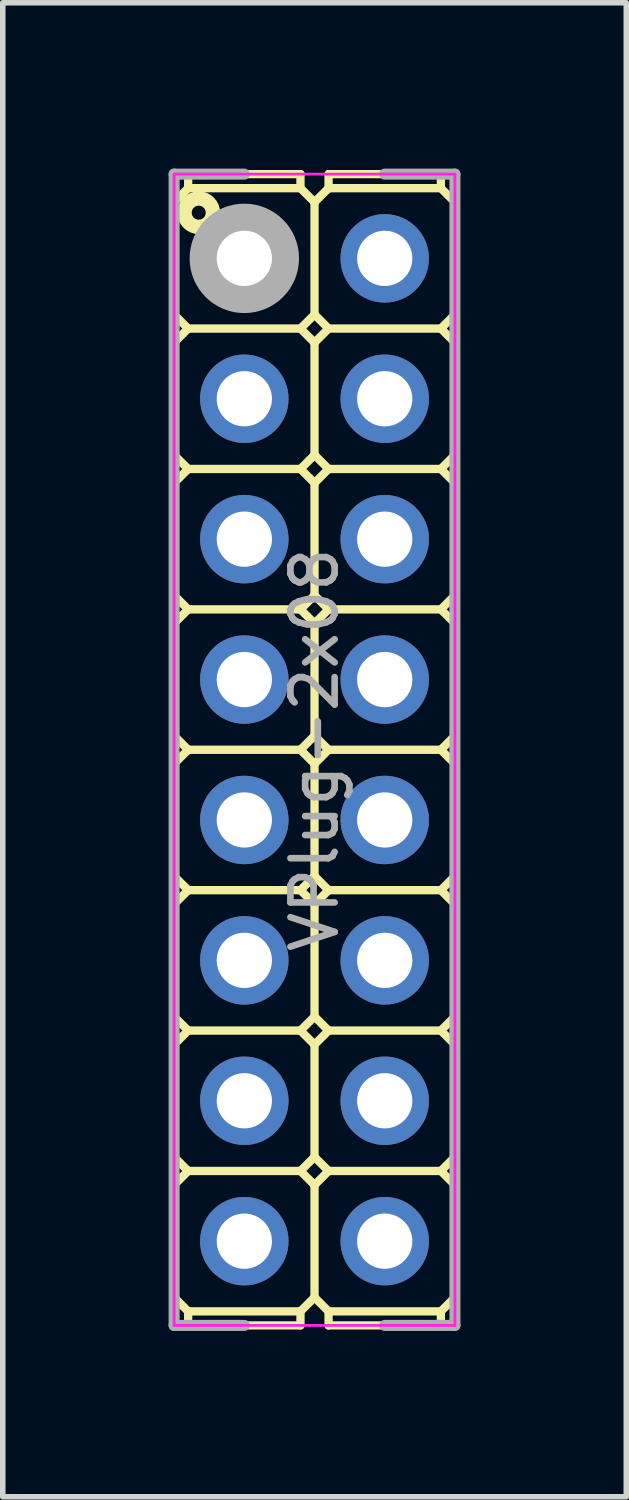
<source format=kicad_pcb>
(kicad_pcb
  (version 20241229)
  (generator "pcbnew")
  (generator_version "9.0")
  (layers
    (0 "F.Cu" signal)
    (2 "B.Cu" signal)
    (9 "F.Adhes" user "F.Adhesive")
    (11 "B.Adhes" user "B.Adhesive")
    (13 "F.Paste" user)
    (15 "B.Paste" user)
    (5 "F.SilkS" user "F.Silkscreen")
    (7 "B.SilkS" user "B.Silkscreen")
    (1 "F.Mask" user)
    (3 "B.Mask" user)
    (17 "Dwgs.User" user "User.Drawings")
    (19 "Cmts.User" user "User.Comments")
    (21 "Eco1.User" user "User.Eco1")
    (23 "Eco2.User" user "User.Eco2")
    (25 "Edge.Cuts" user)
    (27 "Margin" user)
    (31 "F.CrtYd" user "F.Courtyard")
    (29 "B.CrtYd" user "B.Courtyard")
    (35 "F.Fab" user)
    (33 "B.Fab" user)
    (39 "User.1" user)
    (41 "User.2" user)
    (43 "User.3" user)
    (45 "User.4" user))
  (footprint "VPlug-2x08"
    (layer "F.Cu")
    (at 2.64 10.514)
    (property "Reference" "VPlug-2x08" (at 0 0 270) (layer "F.Fab") (effects (font (size 0.8 0.8) (thickness 0.12))))
    (attr through_hole)
    (fp_line (start -2.54 -9.906) (end -2.54 -7.874) (stroke (width 0.15) (type solid)) (layer "F.SilkS"))
    (fp_line (start -2.54 -9.906) (end -2.286 -10.16) (stroke (width 0.15) (type solid)) (layer "F.SilkS"))
    (fp_line (start -2.54 -7.874) (end -2.286 -7.62) (stroke (width 0.15) (type solid)) (layer "F.SilkS"))
    (fp_line (start -2.54 -7.366) (end -2.54 -5.334) (stroke (width 0.15) (type solid)) (layer "F.SilkS"))
    (fp_line (start -2.54 -5.334) (end -2.286 -5.08) (stroke (width 0.15) (type solid)) (layer "F.SilkS"))
    (fp_line (start -2.54 -4.826) (end -2.54 -2.794) (stroke (width 0.15) (type solid)) (layer "F.SilkS"))
    (fp_line (start -2.54 -2.794) (end -2.286 -2.54) (stroke (width 0.15) (type solid)) (layer "F.SilkS"))
    (fp_line (start -2.54 -2.286) (end -2.54 -0.254) (stroke (width 0.15) (type solid)) (layer "F.SilkS"))
    (fp_line (start -2.54 -0.254) (end -2.286 0) (stroke (width 0.15) (type solid)) (layer "F.SilkS"))
    (fp_line (start -2.54 0.254) (end -2.54 2.286) (stroke (width 0.15) (type solid)) (layer "F.SilkS"))
    (fp_line (start -2.54 2.286) (end -2.286 2.54) (stroke (width 0.15) (type solid)) (layer "F.SilkS"))
    (fp_line (start -2.54 2.794) (end -2.54 4.826) (stroke (width 0.15) (type solid)) (layer "F.SilkS"))
    (fp_line (start -2.54 4.826) (end -2.286 5.08) (stroke (width 0.15) (type solid)) (layer "F.SilkS"))
    (fp_line (start -2.54 5.334) (end -2.54 7.366) (stroke (width 0.15) (type solid)) (layer "F.SilkS"))
    (fp_line (start -2.54 7.366) (end -2.286 7.62) (stroke (width 0.15) (type solid)) (layer "F.SilkS"))
    (fp_line (start -2.54 7.874) (end -2.54 9.906) (stroke (width 0.15) (type solid)) (layer "F.SilkS"))
    (fp_line (start -2.54 9.906) (end -2.286 10.16) (stroke (width 0.15) (type solid)) (layer "F.SilkS"))
    (fp_line (start -2.286 -10.414) (end -0.254 -10.414) (stroke (width 0.15) (type solid)) (layer "F.SilkS"))
    (fp_line (start -2.286 -10.16) (end -2.286 -10.414) (stroke (width 0.15) (type solid)) (layer "F.SilkS"))
    (fp_line (start -2.286 -10.16) (end -0.254 -10.16) (stroke (width 0.15) (type solid)) (layer "F.SilkS"))
    (fp_line (start -2.286 -7.62) (end -2.54 -7.366) (stroke (width 0.15) (type solid)) (layer "F.SilkS"))
    (fp_line (start -2.286 -5.08) (end -2.54 -4.826) (stroke (width 0.15) (type solid)) (layer "F.SilkS"))
    (fp_line (start -2.286 -5.08) (end -0.254 -5.08) (stroke (width 0.15) (type solid)) (layer "F.SilkS"))
    (fp_line (start -2.286 -2.54) (end -2.54 -2.286) (stroke (width 0.15) (type solid)) (layer "F.SilkS"))
    (fp_line (start -2.286 0) (end -2.54 0.254) (stroke (width 0.15) (type solid)) (layer "F.SilkS"))
    (fp_line (start -2.286 2.54) (end -2.54 2.794) (stroke (width 0.15) (type solid)) (layer "F.SilkS"))
    (fp_line (start -2.286 5.08) (end -2.54 5.334) (stroke (width 0.15) (type solid)) (layer "F.SilkS"))
    (fp_line (start -2.286 7.62) (end -2.54 7.874) (stroke (width 0.15) (type solid)) (layer "F.SilkS"))
    (fp_line (start -2.286 10.16) (end -2.286 10.414) (stroke (width 0.15) (type solid)) (layer "F.SilkS"))
    (fp_line (start -2.286 10.16) (end -0.254 10.16) (stroke (width 0.15) (type solid)) (layer "F.SilkS"))
    (fp_line (start -2.286 10.414) (end -0.254 10.414) (stroke (width 0.15) (type solid)) (layer "F.SilkS"))
    (fp_line (start -0.254 -10.414) (end -0.254 -10.16) (stroke (width 0.15) (type solid)) (layer "F.SilkS"))
    (fp_line (start -0.254 -10.16) (end 0 -9.906) (stroke (width 0.15) (type solid)) (layer "F.SilkS"))
    (fp_line (start -0.254 -7.62) (end -2.286 -7.62) (stroke (width 0.15) (type solid)) (layer "F.SilkS"))
    (fp_line (start -0.254 -5.08) (end 0 -5.334) (stroke (width 0.15) (type solid)) (layer "F.SilkS"))
    (fp_line (start -0.254 -2.54) (end -2.286 -2.54) (stroke (width 0.15) (type solid)) (layer "F.SilkS"))
    (fp_line (start -0.254 -2.54) (end 0 -2.794) (stroke (width 0.15) (type solid)) (layer "F.SilkS"))
    (fp_line (start -0.254 0) (end -2.286 0) (stroke (width 0.15) (type solid)) (layer "F.SilkS"))
    (fp_line (start -0.254 0) (end 0 -0.254) (stroke (width 0.15) (type solid)) (layer "F.SilkS"))
    (fp_line (start -0.254 2.54) (end -2.286 2.54) (stroke (width 0.15) (type solid)) (layer "F.SilkS"))
    (fp_line (start -0.254 2.54) (end 0 2.286) (stroke (width 0.15) (type solid)) (layer "F.SilkS"))
    (fp_line (start -0.254 5.08) (end -2.286 5.08) (stroke (width 0.15) (type solid)) (layer "F.SilkS"))
    (fp_line (start -0.254 5.08) (end 0 4.826) (stroke (width 0.15) (type solid)) (layer "F.SilkS"))
    (fp_line (start -0.254 7.62) (end -2.286 7.62) (stroke (width 0.15) (type solid)) (layer "F.SilkS"))
    (fp_line (start -0.254 7.62) (end 0 7.366) (stroke (width 0.15) (type solid)) (layer "F.SilkS"))
    (fp_line (start -0.254 10.16) (end 0 9.906) (stroke (width 0.15) (type solid)) (layer "F.SilkS"))
    (fp_line (start -0.254 10.414) (end -0.254 10.16) (stroke (width 0.15) (type solid)) (layer "F.SilkS"))
    (fp_line (start 0 -9.906) (end 0 -7.874) (stroke (width 0.15) (type solid)) (layer "F.SilkS"))
    (fp_line (start 0 -9.906) (end 0.254 -10.16) (stroke (width 0.15) (type solid)) (layer "F.SilkS"))
    (fp_line (start 0 -7.874) (end -0.254 -7.62) (stroke (width 0.15) (type solid)) (layer "F.SilkS"))
    (fp_line (start 0 -7.874) (end 0.254 -7.62) (stroke (width 0.15) (type solid)) (layer "F.SilkS"))
    (fp_line (start 0 -7.366) (end -0.254 -7.62) (stroke (width 0.15) (type solid)) (layer "F.SilkS"))
    (fp_line (start 0 -5.334) (end 0 -7.366) (stroke (width 0.15) (type solid)) (layer "F.SilkS"))
    (fp_line (start 0 -5.334) (end 0.254 -5.08) (stroke (width 0.15) (type solid)) (layer "F.SilkS"))
    (fp_line (start 0 -4.826) (end -0.254 -5.08) (stroke (width 0.15) (type solid)) (layer "F.SilkS"))
    (fp_line (start 0 -2.794) (end 0 -4.826) (stroke (width 0.15) (type solid)) (layer "F.SilkS"))
    (fp_line (start 0 -2.794) (end 0.254 -2.54) (stroke (width 0.15) (type solid)) (layer "F.SilkS"))
    (fp_line (start 0 -2.286) (end -0.254 -2.54) (stroke (width 0.15) (type solid)) (layer "F.SilkS"))
    (fp_line (start 0 -0.254) (end 0 -2.286) (stroke (width 0.15) (type solid)) (layer "F.SilkS"))
    (fp_line (start 0 -0.254) (end 0.254 0) (stroke (width 0.15) (type solid)) (layer "F.SilkS"))
    (fp_line (start 0 0.254) (end -0.254 0) (stroke (width 0.15) (type solid)) (layer "F.SilkS"))
    (fp_line (start 0 2.286) (end 0 0.254) (stroke (width 0.15) (type solid)) (layer "F.SilkS"))
    (fp_line (start 0 2.286) (end 0.254 2.54) (stroke (width 0.15) (type solid)) (layer "F.SilkS"))
    (fp_line (start 0 2.794) (end -0.254 2.54) (stroke (width 0.15) (type solid)) (layer "F.SilkS"))
    (fp_line (start 0 4.826) (end 0 2.794) (stroke (width 0.15) (type solid)) (layer "F.SilkS"))
    (fp_line (start 0 4.826) (end 0.254 5.08) (stroke (width 0.15) (type solid)) (layer "F.SilkS"))
    (fp_line (start 0 5.334) (end -0.254 5.08) (stroke (width 0.15) (type solid)) (layer "F.SilkS"))
    (fp_line (start 0 7.366) (end 0 5.334) (stroke (width 0.15) (type solid)) (layer "F.SilkS"))
    (fp_line (start 0 7.366) (end 0.254 7.62) (stroke (width 0.15) (type solid)) (layer "F.SilkS"))
    (fp_line (start 0 7.874) (end -0.254 7.62) (stroke (width 0.15) (type solid)) (layer "F.SilkS"))
    (fp_line (start 0 9.906) (end 0 7.874) (stroke (width 0.15) (type solid)) (layer "F.SilkS"))
    (fp_line (start 0 9.906) (end 0.254 10.16) (stroke (width 0.15) (type solid)) (layer "F.SilkS"))
    (fp_line (start 0.254 -10.414) (end 2.286 -10.414) (stroke (width 0.15) (type solid)) (layer "F.SilkS"))
    (fp_line (start 0.254 -10.16) (end 0.254 -10.414) (stroke (width 0.15) (type solid)) (layer "F.SilkS"))
    (fp_line (start 0.254 -10.16) (end 2.286 -10.16) (stroke (width 0.15) (type solid)) (layer "F.SilkS"))
    (fp_line (start 0.254 -7.62) (end 0 -7.366) (stroke (width 0.15) (type solid)) (layer "F.SilkS"))
    (fp_line (start 0.254 -5.08) (end 0 -4.826) (stroke (width 0.15) (type solid)) (layer "F.SilkS"))
    (fp_line (start 0.254 -5.08) (end 2.286 -5.08) (stroke (width 0.15) (type solid)) (layer "F.SilkS"))
    (fp_line (start 0.254 -2.54) (end 0 -2.286) (stroke (width 0.15) (type solid)) (layer "F.SilkS"))
    (fp_line (start 0.254 0) (end 0 0.254) (stroke (width 0.15) (type solid)) (layer "F.SilkS"))
    (fp_line (start 0.254 2.54) (end 0 2.794) (stroke (width 0.15) (type solid)) (layer "F.SilkS"))
    (fp_line (start 0.254 5.08) (end 0 5.334) (stroke (width 0.15) (type solid)) (layer "F.SilkS"))
    (fp_line (start 0.254 7.62) (end 0 7.874) (stroke (width 0.15) (type solid)) (layer "F.SilkS"))
    (fp_line (start 0.254 10.16) (end 0.254 10.414) (stroke (width 0.15) (type solid)) (layer "F.SilkS"))
    (fp_line (start 0.254 10.16) (end 2.286 10.16) (stroke (width 0.15) (type solid)) (layer "F.SilkS"))
    (fp_line (start 0.254 10.414) (end 2.286 10.414) (stroke (width 0.15) (type solid)) (layer "F.SilkS"))
    (fp_line (start 2.286 -10.414) (end 2.286 -10.16) (stroke (width 0.15) (type solid)) (layer "F.SilkS"))
    (fp_line (start 2.286 -10.16) (end 2.54 -9.906) (stroke (width 0.15) (type solid)) (layer "F.SilkS"))
    (fp_line (start 2.286 -7.62) (end 0.254 -7.62) (stroke (width 0.15) (type solid)) (layer "F.SilkS"))
    (fp_line (start 2.286 -5.08) (end 2.54 -5.334) (stroke (width 0.15) (type solid)) (layer "F.SilkS"))
    (fp_line (start 2.286 -2.54) (end 0.254 -2.54) (stroke (width 0.15) (type solid)) (layer "F.SilkS"))
    (fp_line (start 2.286 -2.54) (end 2.54 -2.794) (stroke (width 0.15) (type solid)) (layer "F.SilkS"))
    (fp_line (start 2.286 0) (end 0.254 0) (stroke (width 0.15) (type solid)) (layer "F.SilkS"))
    (fp_line (start 2.286 0) (end 2.54 -0.254) (stroke (width 0.15) (type solid)) (layer "F.SilkS"))
    (fp_line (start 2.286 2.54) (end 0.254 2.54) (stroke (width 0.15) (type solid)) (layer "F.SilkS"))
    (fp_line (start 2.286 2.54) (end 2.54 2.286) (stroke (width 0.15) (type solid)) (layer "F.SilkS"))
    (fp_line (start 2.286 5.08) (end 0.254 5.08) (stroke (width 0.15) (type solid)) (layer "F.SilkS"))
    (fp_line (start 2.286 5.08) (end 2.54 4.826) (stroke (width 0.15) (type solid)) (layer "F.SilkS"))
    (fp_line (start 2.286 7.62) (end 0.254 7.62) (stroke (width 0.15) (type solid)) (layer "F.SilkS"))
    (fp_line (start 2.286 7.62) (end 2.54 7.366) (stroke (width 0.15) (type solid)) (layer "F.SilkS"))
    (fp_line (start 2.286 10.16) (end 2.54 9.906) (stroke (width 0.15) (type solid)) (layer "F.SilkS"))
    (fp_line (start 2.286 10.414) (end 2.286 10.16) (stroke (width 0.15) (type solid)) (layer "F.SilkS"))
    (fp_line (start 2.54 -9.906) (end 2.54 -7.874) (stroke (width 0.15) (type solid)) (layer "F.SilkS"))
    (fp_line (start 2.54 -7.874) (end 2.286 -7.62) (stroke (width 0.15) (type solid)) (layer "F.SilkS"))
    (fp_line (start 2.54 -7.366) (end 2.286 -7.62) (stroke (width 0.15) (type solid)) (layer "F.SilkS"))
    (fp_line (start 2.54 -5.334) (end 2.54 -7.366) (stroke (width 0.15) (type solid)) (layer "F.SilkS"))
    (fp_line (start 2.54 -4.826) (end 2.286 -5.08) (stroke (width 0.15) (type solid)) (layer "F.SilkS"))
    (fp_line (start 2.54 -2.794) (end 2.54 -4.826) (stroke (width 0.15) (type solid)) (layer "F.SilkS"))
    (fp_line (start 2.54 -2.286) (end 2.286 -2.54) (stroke (width 0.15) (type solid)) (layer "F.SilkS"))
    (fp_line (start 2.54 -0.254) (end 2.54 -2.286) (stroke (width 0.15) (type solid)) (layer "F.SilkS"))
    (fp_line (start 2.54 0.254) (end 2.286 0) (stroke (width 0.15) (type solid)) (layer "F.SilkS"))
    (fp_line (start 2.54 2.286) (end 2.54 0.254) (stroke (width 0.15) (type solid)) (layer "F.SilkS"))
    (fp_line (start 2.54 2.794) (end 2.286 2.54) (stroke (width 0.15) (type solid)) (layer "F.SilkS"))
    (fp_line (start 2.54 4.826) (end 2.54 2.794) (stroke (width 0.15) (type solid)) (layer "F.SilkS"))
    (fp_line (start 2.54 5.334) (end 2.286 5.08) (stroke (width 0.15) (type solid)) (layer "F.SilkS"))
    (fp_line (start 2.54 7.366) (end 2.54 5.334) (stroke (width 0.15) (type solid)) (layer "F.SilkS"))
    (fp_line (start 2.54 7.874) (end 2.286 7.62) (stroke (width 0.15) (type solid)) (layer "F.SilkS"))
    (fp_line (start 2.54 9.906) (end 2.54 7.874) (stroke (width 0.15) (type solid)) (layer "F.SilkS"))
    (fp_circle (center -2.095 -9.716) (end -1.968 -9.716) (stroke (width 0.26) (type solid)) (fill no) (layer "F.SilkS"))
    (fp_line (start -2.54 -10.414) (end 2.54 -10.414) (stroke (width 0.05) (type solid)) (layer "F.CrtYd"))
    (fp_line (start -2.54 10.414) (end -2.54 -10.414) (stroke (width 0.05) (type solid)) (layer "F.CrtYd"))
    (fp_line (start 2.54 -10.414) (end 2.54 10.414) (stroke (width 0.05) (type solid)) (layer "F.CrtYd"))
    (fp_line (start 2.54 10.414) (end -2.54 10.414) (stroke (width 0.05) (type solid)) (layer "F.CrtYd"))
    (fp_line (start -2.54 -10.414) (end -2.54 10.414) (stroke (width 0.2) (type solid)) (layer "F.Fab"))
    (fp_line (start -2.54 -10.414) (end -1.27 -10.414) (stroke (width 0.2) (type solid)) (layer "F.Fab"))
    (fp_line (start -2.54 10.414) (end -1.27 10.414) (stroke (width 0.2) (type solid)) (layer "F.Fab"))
    (fp_line (start 1.27 -10.414) (end 2.54 -10.414) (stroke (width 0.2) (type solid)) (layer "F.Fab"))
    (fp_line (start 1.27 10.414) (end 2.54 10.414) (stroke (width 0.2) (type solid)) (layer "F.Fab"))
    (fp_line (start 2.54 10.414) (end 2.54 -10.414) (stroke (width 0.2) (type solid)) (layer "F.Fab"))
    (fp_circle (center -1.27 -8.89) (end -1.27 -8.7) (stroke (width 0.8) (type solid)) (fill no) (layer "F.Fab"))
    (pad "1" thru_hole circle (at -1.27 -8.89) (size 1.6 1.6) (drill 1) (layers "*.Cu" "*.Mask"))
    (pad "2" thru_hole circle (at 1.27 -8.89) (size 1.6 1.6) (drill 1) (layers "*.Cu" "*.Mask"))
    (pad "3" thru_hole circle (at -1.27 -6.35) (size 1.6 1.6) (drill 1) (layers "*.Cu" "*.Mask"))
    (pad "4" thru_hole circle (at 1.27 -6.35) (size 1.6 1.6) (drill 1) (layers "*.Cu" "*.Mask"))
    (pad "5" thru_hole circle (at -1.27 -3.81) (size 1.6 1.6) (drill 1) (layers "*.Cu" "*.Mask"))
    (pad "6" thru_hole circle (at 1.27 -3.81) (size 1.6 1.6) (drill 1) (layers "*.Cu" "*.Mask"))
    (pad "7" thru_hole circle (at -1.27 -1.27) (size 1.6 1.6) (drill 1) (layers "*.Cu" "*.Mask"))
    (pad "8" thru_hole circle (at 1.27 -1.27) (size 1.6 1.6) (drill 1) (layers "*.Cu" "*.Mask"))
    (pad "9" thru_hole circle (at -1.27 1.27) (size 1.6 1.6) (drill 1) (layers "*.Cu" "*.Mask"))
    (pad "10" thru_hole circle (at 1.27 1.27) (size 1.6 1.6) (drill 1) (layers "*.Cu" "*.Mask"))
    (pad "11" thru_hole circle (at -1.27 3.81) (size 1.6 1.6) (drill 1) (layers "*.Cu" "*.Mask"))
    (pad "12" thru_hole circle (at 1.27 3.81) (size 1.6 1.6) (drill 1) (layers "*.Cu" "*.Mask"))
    (pad "13" thru_hole circle (at -1.27 6.35) (size 1.6 1.6) (drill 1) (layers "*.Cu" "*.Mask"))
    (pad "14" thru_hole circle (at 1.27 6.35) (size 1.6 1.6) (drill 1) (layers "*.Cu" "*.Mask"))
    (pad "15" thru_hole circle (at -1.27 8.89) (size 1.6 1.6) (drill 1) (layers "*.Cu" "*.Mask"))
    (pad "16" thru_hole circle (at 1.27 8.89) (size 1.6 1.6) (drill 1) (layers "*.Cu" "*.Mask")))
  (gr_rect
    (start -3 -3)
    (end 8.28 24.028)
    (stroke (width 0.1) (type default))
    (fill no)
    (layer "Edge.Cuts")))
</source>
